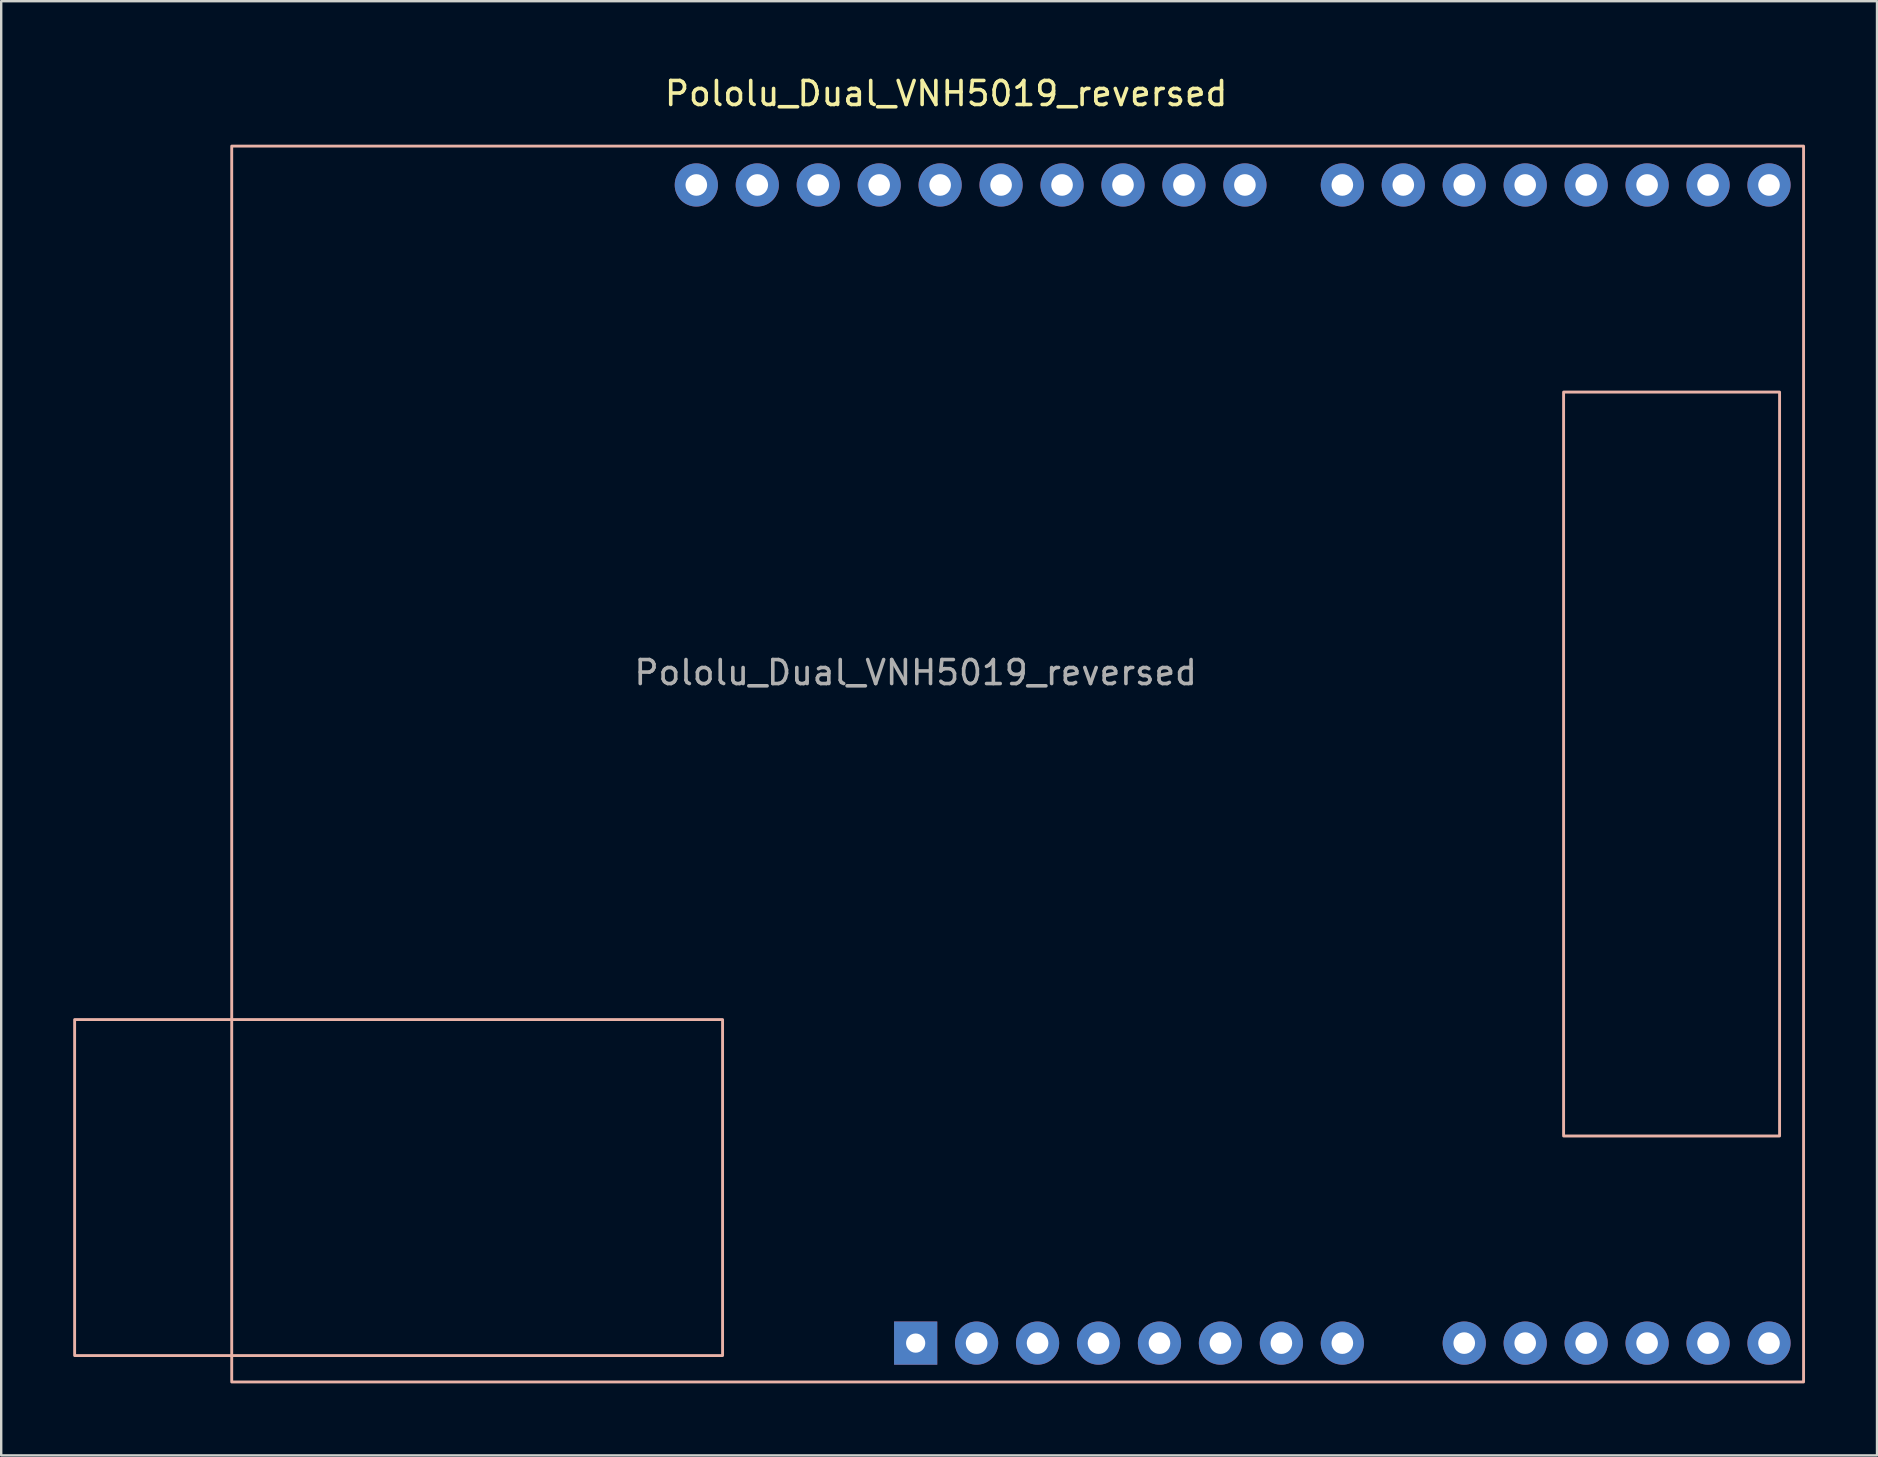
<source format=kicad_pcb>
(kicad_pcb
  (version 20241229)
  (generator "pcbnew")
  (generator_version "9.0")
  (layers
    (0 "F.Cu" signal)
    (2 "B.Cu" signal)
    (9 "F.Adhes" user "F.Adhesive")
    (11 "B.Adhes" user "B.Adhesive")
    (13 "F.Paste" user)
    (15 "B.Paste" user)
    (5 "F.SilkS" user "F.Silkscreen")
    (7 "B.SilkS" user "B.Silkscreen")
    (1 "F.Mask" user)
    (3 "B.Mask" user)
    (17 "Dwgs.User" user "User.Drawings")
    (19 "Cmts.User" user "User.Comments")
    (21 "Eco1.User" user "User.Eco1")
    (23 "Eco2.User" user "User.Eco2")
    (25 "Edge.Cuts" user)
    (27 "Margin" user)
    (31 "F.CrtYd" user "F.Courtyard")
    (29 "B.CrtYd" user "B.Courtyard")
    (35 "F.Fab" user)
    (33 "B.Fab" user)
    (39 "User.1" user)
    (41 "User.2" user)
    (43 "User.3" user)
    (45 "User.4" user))
  (footprint "Pololu_Dual_VNH5019_reversed"
    (layer "F.Cu")
    (at 35.106 28.788)
    (property "Reference" "Pololu_Dual_VNH5019_reversed" (at 1.27 -27.94 180) (layer "F.SilkS") (effects (font (size 1 1) (thickness 0.15))))
    (attr through_hole)
    (fp_rect (start -35.046 10.649) (end -8.046 24.649) (stroke (width 0.12) (type solid)) (fill no) (layer "B.SilkS"))
    (fp_rect (start -28.5 -25.75) (end 37 25.75) (stroke (width 0.12) (type solid)) (fill no) (layer "B.SilkS"))
    (fp_rect (start 36 -15.5) (end 27 15.5) (stroke (width 0.12) (type solid)) (fill no) (layer "B.SilkS"))
    (fp_text user "${REFERENCE}" (at 0 -3.81 180) (layer "F.Fab") (effects (font (size 1 1) (thickness 0.15))))
    (pad "1" thru_hole rect (at 0 24.13 270) (size 1.8 1.8) (drill 0.8) (layers "*.Cu" "*.Mask"))
    (pad "2" thru_hole oval (at 2.54 24.13 270) (size 1.8 1.8) (drill 0.9) (layers "*.Cu" "*.Mask"))
    (pad "3" thru_hole oval (at 5.08 24.13 270) (size 1.8 1.8) (drill 0.9) (layers "*.Cu" "*.Mask"))
    (pad "4" thru_hole oval (at 7.62 24.13 270) (size 1.8 1.8) (drill 0.9) (layers "*.Cu" "*.Mask"))
    (pad "5" thru_hole oval (at 10.16 24.13 270) (size 1.8 1.8) (drill 0.9) (layers "*.Cu" "*.Mask"))
    (pad "6" thru_hole oval (at 12.7 24.13 270) (size 1.8 1.8) (drill 0.9) (layers "*.Cu" "*.Mask"))
    (pad "7" thru_hole oval (at 15.24 24.13 270) (size 1.8 1.8) (drill 0.9) (layers "*.Cu" "*.Mask"))
    (pad "8" thru_hole oval (at 17.78 24.13 270) (size 1.8 1.8) (drill 0.9) (layers "*.Cu" "*.Mask"))
    (pad "9" thru_hole oval (at 22.86 24.13 270) (size 1.8 1.8) (drill 0.9) (layers "*.Cu" "*.Mask"))
    (pad "10" thru_hole oval (at 25.4 24.13 270) (size 1.8 1.8) (drill 0.9) (layers "*.Cu" "*.Mask"))
    (pad "11" thru_hole oval (at 27.94 24.13 270) (size 1.8 1.8) (drill 0.9) (layers "*.Cu" "*.Mask"))
    (pad "12" thru_hole oval (at 30.48 24.13 270) (size 1.8 1.8) (drill 0.9) (layers "*.Cu" "*.Mask"))
    (pad "13" thru_hole oval (at 33.02 24.13 270) (size 1.8 1.8) (drill 0.9) (layers "*.Cu" "*.Mask"))
    (pad "14" thru_hole oval (at 35.56 24.13 270) (size 1.8 1.8) (drill 0.9) (layers "*.Cu" "*.Mask"))
    (pad "15" thru_hole oval (at 35.56 -24.13 270) (size 1.8 1.8) (drill 0.9) (layers "*.Cu" "*.Mask"))
    (pad "16" thru_hole oval (at 33.02 -24.13 270) (size 1.8 1.8) (drill 0.9) (layers "*.Cu" "*.Mask"))
    (pad "17" thru_hole oval (at 30.48 -24.13 270) (size 1.8 1.8) (drill 0.9) (layers "*.Cu" "*.Mask"))
    (pad "18" thru_hole oval (at 27.94 -24.13 270) (size 1.8 1.8) (drill 0.9) (layers "*.Cu" "*.Mask"))
    (pad "19" thru_hole oval (at 25.4 -24.13 270) (size 1.8 1.8) (drill 0.9) (layers "*.Cu" "*.Mask"))
    (pad "20" thru_hole oval (at 22.86 -24.13 270) (size 1.8 1.8) (drill 0.9) (layers "*.Cu" "*.Mask"))
    (pad "21" thru_hole oval (at 20.32 -24.13 270) (size 1.8 1.8) (drill 0.9) (layers "*.Cu" "*.Mask"))
    (pad "22" thru_hole oval (at 17.78 -24.13 270) (size 1.8 1.8) (drill 0.9) (layers "*.Cu" "*.Mask"))
    (pad "23" thru_hole oval (at 13.72 -24.13 270) (size 1.8 1.8) (drill 0.9) (layers "*.Cu" "*.Mask"))
    (pad "24" thru_hole oval (at 11.18 -24.13 270) (size 1.8 1.8) (drill 0.9) (layers "*.Cu" "*.Mask"))
    (pad "25" thru_hole oval (at 8.64 -24.13 270) (size 1.8 1.8) (drill 0.9) (layers "*.Cu" "*.Mask"))
    (pad "26" thru_hole oval (at 6.1 -24.13 270) (size 1.8 1.8) (drill 0.9) (layers "*.Cu" "*.Mask"))
    (pad "27" thru_hole oval (at 3.56 -24.13 270) (size 1.8 1.8) (drill 0.9) (layers "*.Cu" "*.Mask"))
    (pad "28" thru_hole oval (at 1.02 -24.13 270) (size 1.8 1.8) (drill 0.9) (layers "*.Cu" "*.Mask"))
    (pad "29" thru_hole oval (at -1.52 -24.13 270) (size 1.8 1.8) (drill 0.9) (layers "*.Cu" "*.Mask"))
    (pad "30" thru_hole oval (at -4.06 -24.13 270) (size 1.8 1.8) (drill 0.9) (layers "*.Cu" "*.Mask"))
    (pad "31" thru_hole oval (at -6.6 -24.13 270) (size 1.8 1.8) (drill 0.9) (layers "*.Cu" "*.Mask"))
    (pad "32" thru_hole oval (at -9.14 -24.13 270) (size 1.8 1.8) (drill 0.9) (layers "*.Cu" "*.Mask")))
  (gr_rect
    (start -3 -3)
    (end 75.166 57.598)
    (stroke (width 0.1) (type default))
    (fill no)
    (layer "Edge.Cuts")))
</source>
